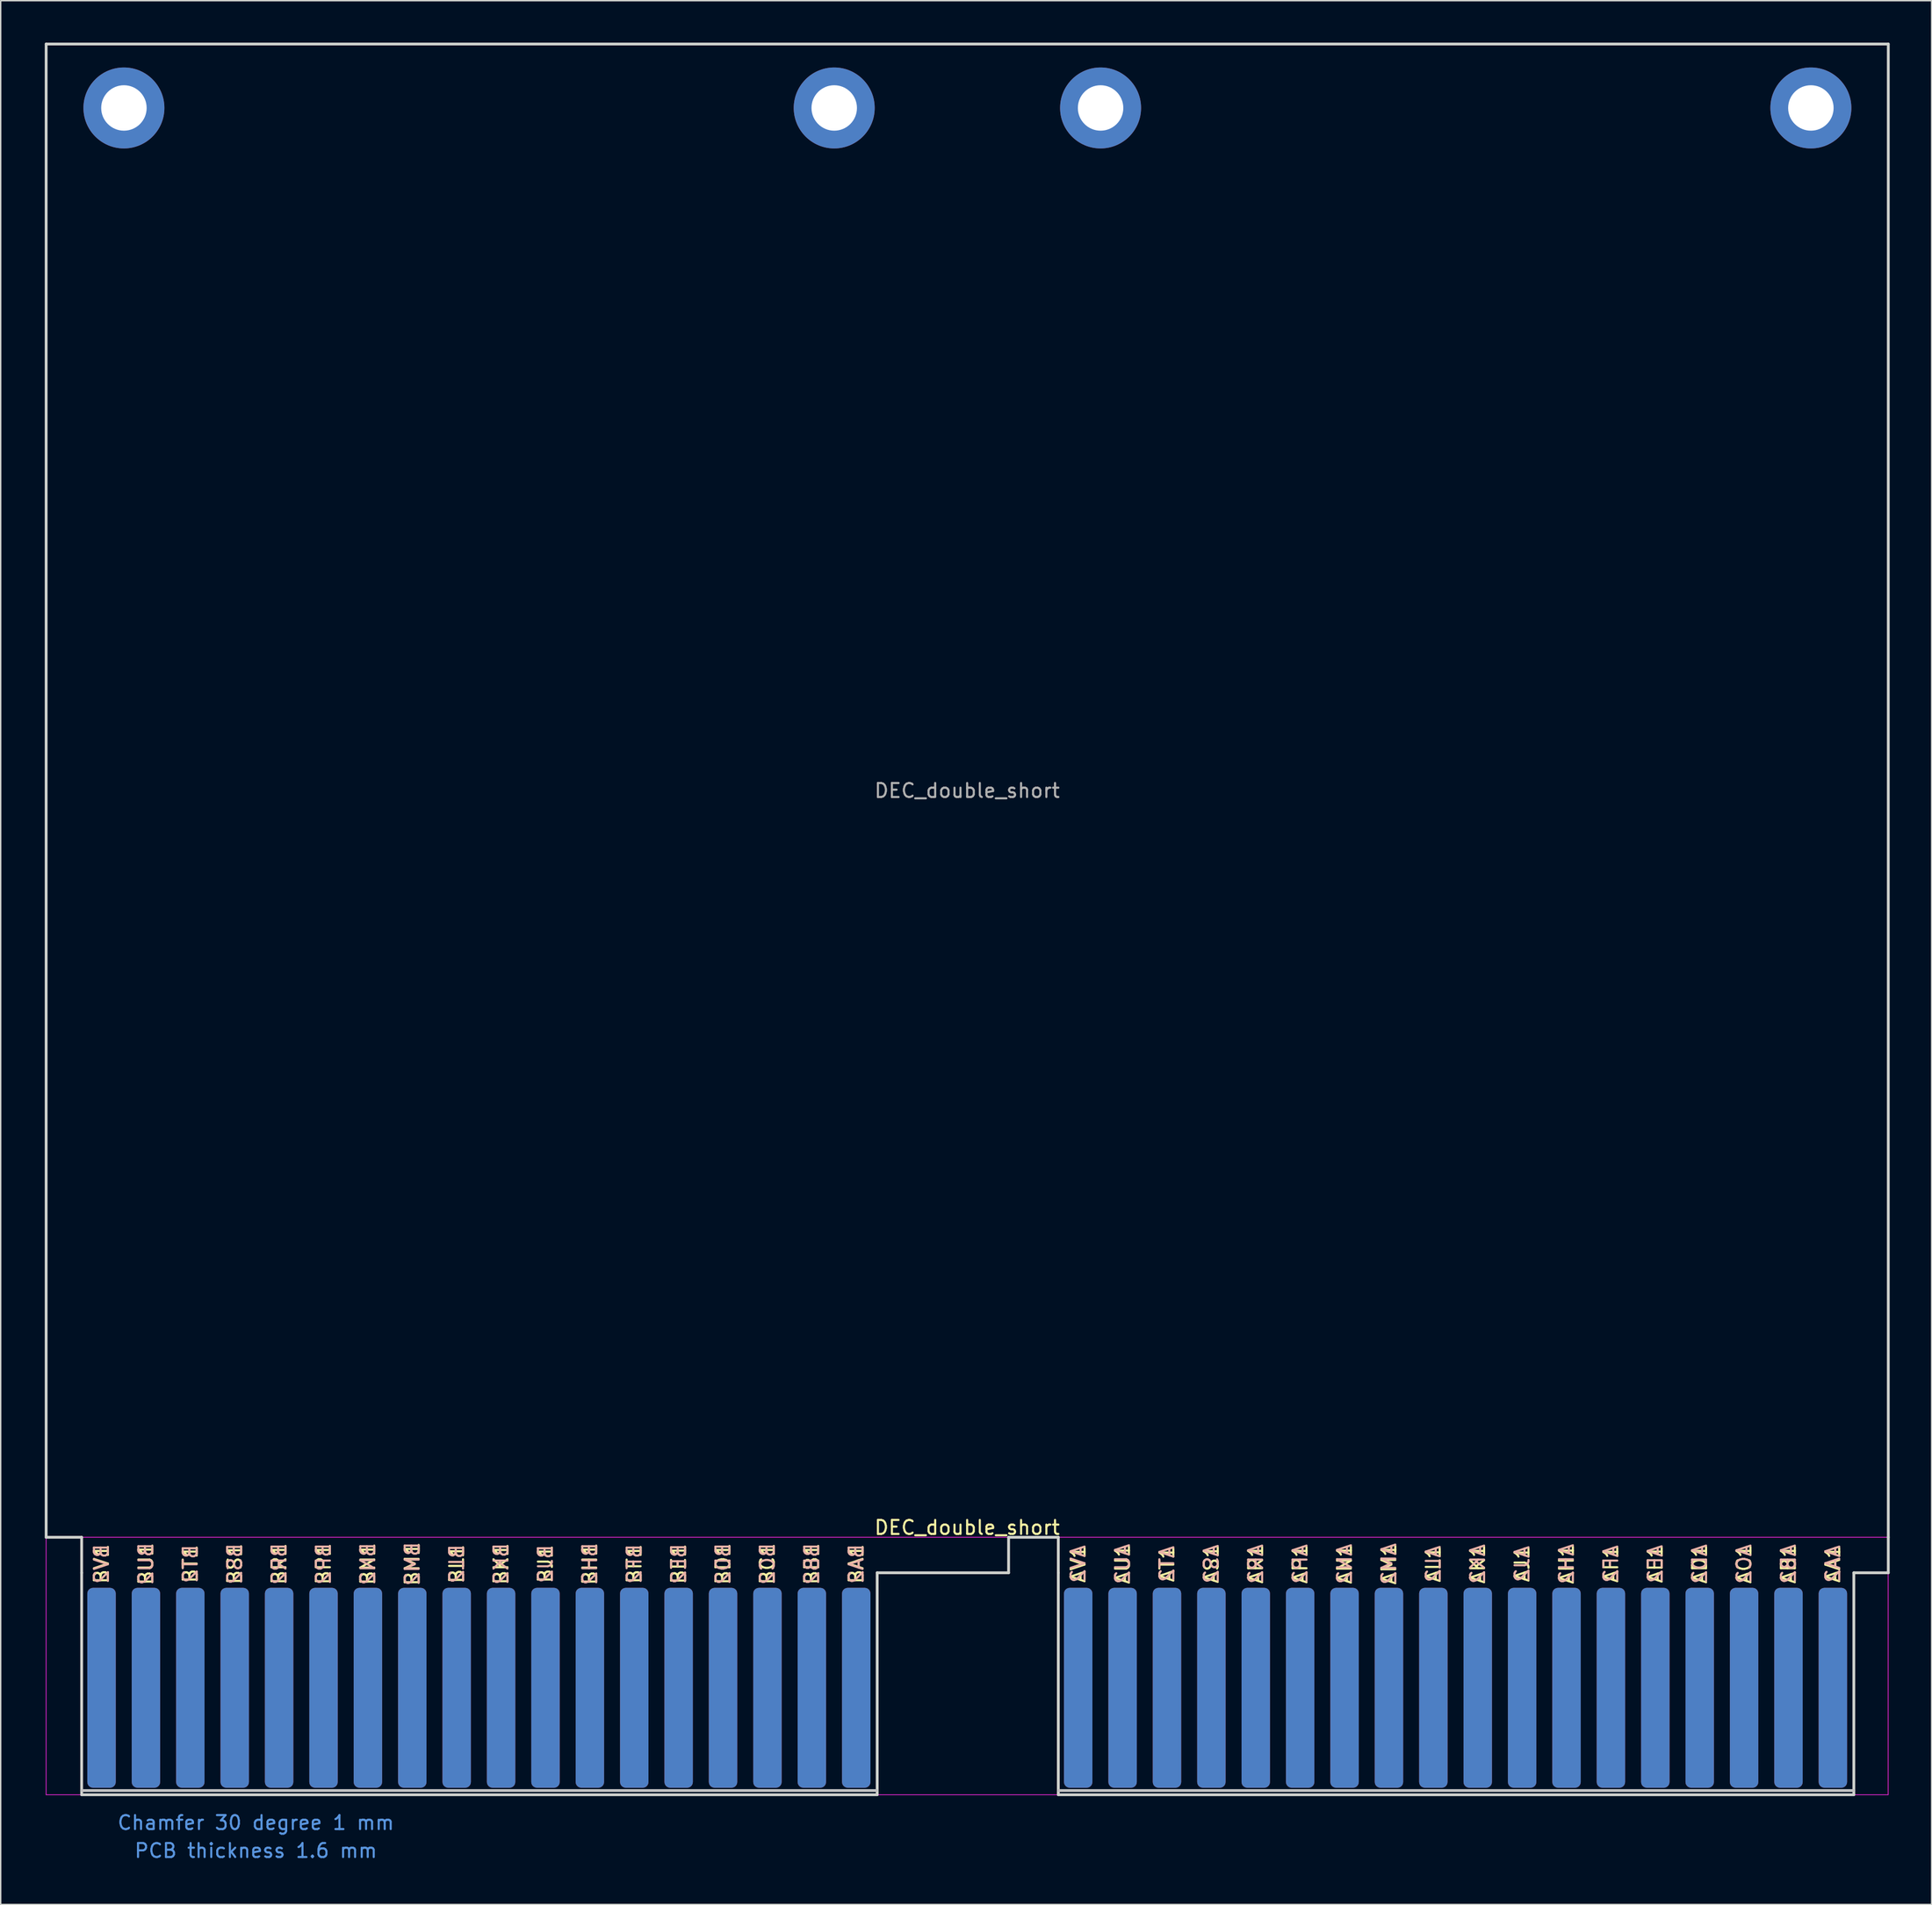
<source format=kicad_pcb>
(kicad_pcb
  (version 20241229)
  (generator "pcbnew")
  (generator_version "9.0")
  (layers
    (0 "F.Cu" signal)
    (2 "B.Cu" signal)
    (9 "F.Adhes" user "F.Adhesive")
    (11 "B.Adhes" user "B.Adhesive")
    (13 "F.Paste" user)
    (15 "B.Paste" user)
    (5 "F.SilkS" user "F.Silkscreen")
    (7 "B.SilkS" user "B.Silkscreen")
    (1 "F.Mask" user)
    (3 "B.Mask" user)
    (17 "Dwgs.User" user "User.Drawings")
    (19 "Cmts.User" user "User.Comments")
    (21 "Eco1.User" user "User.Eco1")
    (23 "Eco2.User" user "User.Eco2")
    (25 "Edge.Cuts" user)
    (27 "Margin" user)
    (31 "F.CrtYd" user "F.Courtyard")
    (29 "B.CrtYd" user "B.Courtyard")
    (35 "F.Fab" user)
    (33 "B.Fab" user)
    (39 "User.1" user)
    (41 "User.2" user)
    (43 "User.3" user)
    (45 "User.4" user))
  (footprint "DEC_double_short"
    (layer "F.Cu")
    (at 0.25 125.322)
    (property "Reference" "DEC_double_short" (at 65.87 -19.11 0) (layer "F.SilkS") (effects (font (size 1 1) (thickness 0.15))))
    (attr exclude_from_pos_files exclude_from_bom)
    (fp_line (start 2.54 -0.3) (end 59.436 -0.3) (stroke (width 0.2) (type solid)) (layer "Dwgs.User"))
    (fp_line (start 72.39 -0.3) (end 129.286 -0.3) (stroke (width 0.2) (type solid)) (layer "Dwgs.User"))
    (fp_line (start 0 -125.222) (end 131.75 -125.222) (stroke (width 0.2) (type solid)) (layer "Edge.Cuts"))
    (fp_line (start 0 -18.415) (end 0 -125.222) (stroke (width 0.2) (type solid)) (layer "Edge.Cuts"))
    (fp_line (start 0 -18.415) (end 2.54 -18.415) (stroke (width 0.2) (type solid)) (layer "Edge.Cuts"))
    (fp_line (start 2.54 -18.415) (end 2.54 -15.875) (stroke (width 0.2) (type solid)) (layer "Edge.Cuts"))
    (fp_line (start 2.54 -15.875) (end 2.54 0) (stroke (width 0.2) (type solid)) (layer "Edge.Cuts"))
    (fp_line (start 2.54 0) (end 59.436 0) (stroke (width 0.2) (type solid)) (layer "Edge.Cuts"))
    (fp_line (start 59.436 -15.875) (end 68.834 -15.875) (stroke (width 0.2) (type solid)) (layer "Edge.Cuts"))
    (fp_line (start 59.436 0) (end 59.436 -15.875) (stroke (width 0.2) (type solid)) (layer "Edge.Cuts"))
    (fp_line (start 68.834 -18.415) (end 72.39 -18.415) (stroke (width 0.2) (type solid)) (layer "Edge.Cuts"))
    (fp_line (start 68.834 -15.875) (end 68.834 -18.415) (stroke (width 0.2) (type solid)) (layer "Edge.Cuts"))
    (fp_line (start 72.39 -18.415) (end 72.39 -15.875) (stroke (width 0.2) (type solid)) (layer "Edge.Cuts"))
    (fp_line (start 72.39 -15.875) (end 72.39 0) (stroke (width 0.2) (type solid)) (layer "Edge.Cuts"))
    (fp_line (start 72.39 0) (end 129.286 0) (stroke (width 0.2) (type solid)) (layer "Edge.Cuts"))
    (fp_line (start 129.286 -15.875) (end 131.75 -15.875) (stroke (width 0.2) (type solid)) (layer "Edge.Cuts"))
    (fp_line (start 129.286 0) (end 129.286 -15.875) (stroke (width 0.2) (type solid)) (layer "Edge.Cuts"))
    (fp_line (start 131.75 -125.222) (end 131.75 -18.415) (stroke (width 0.2) (type solid)) (layer "Edge.Cuts"))
    (fp_line (start 131.75 -15.875) (end 131.75 -18.415) (stroke (width 0.2) (type solid)) (layer "Edge.Cuts"))
    (fp_line (start 0 -18.42) (end 131.74 -18.42) (stroke (width 0.05) (type solid)) (layer "F.CrtYd"))
    (fp_line (start 0 0) (end 0 -18.42) (stroke (width 0.05) (type solid)) (layer "F.CrtYd"))
    (fp_line (start 131.74 -18.42) (end 131.74 0) (stroke (width 0.05) (type solid)) (layer "F.CrtYd"))
    (fp_line (start 131.74 0) (end 0 0) (stroke (width 0.05) (type solid)) (layer "F.CrtYd"))
    (fp_text user "AE1" (at 115.087 -16.51 90) (layer "F.SilkS") (effects (font (size 1 1) (thickness 0.15))))
    (fp_text user "AD1" (at 118.262 -16.51 90) (layer "F.SilkS") (effects (font (size 1 1) (thickness 0.15))))
    (fp_text user "BT1" (at 10.312 -16.51 90) (layer "F.SilkS") (effects (font (size 1 1) (thickness 0.15))))
    (fp_text user "AK1" (at 102.387 -16.51 90) (layer "F.SilkS") (effects (font (size 1 1) (thickness 0.15))))
    (fp_text user "BS1" (at 13.487 -16.51 90) (layer "F.SilkS") (effects (font (size 1 1) (thickness 0.15))))
    (fp_text user "AJ1" (at 105.562 -16.51 90) (layer "F.SilkS") (effects (font (size 1 1) (thickness 0.15))))
    (fp_text user "BV1" (at 3.962 -16.51 90) (layer "F.SilkS") (effects (font (size 1 1) (thickness 0.15))))
    (fp_text user "AU1" (at 76.987 -16.51 90) (layer "F.SilkS") (effects (font (size 1 1) (thickness 0.15))))
    (fp_text user "AP1" (at 89.687 -16.51 90) (layer "F.SilkS") (effects (font (size 1 1) (thickness 0.15))))
    (fp_text user "AC1" (at 121.437 -16.51 90) (layer "F.SilkS") (effects (font (size 1 1) (thickness 0.15))))
    (fp_text user "AM1" (at 96.037 -16.51 90) (layer "F.SilkS") (effects (font (size 1 1) (thickness 0.15))))
    (fp_text user "BC1" (at 51.587 -16.51 90) (layer "F.SilkS") (effects (font (size 1 1) (thickness 0.15))))
    (fp_text user "BJ1" (at 35.712 -16.51 90) (layer "F.SilkS") (effects (font (size 1 1) (thickness 0.15))))
    (fp_text user "AL1" (at 99.212 -16.51 90) (layer "F.SilkS") (effects (font (size 1 1) (thickness 0.15))))
    (fp_text user "BF1" (at 42.062 -16.51 90) (layer "F.SilkS") (effects (font (size 1 1) (thickness 0.15))))
    (fp_text user "BP1" (at 19.837 -16.51 90) (layer "F.SilkS") (effects (font (size 1 1) (thickness 0.15))))
    (fp_text user "AA1" (at 127.787 -16.51 90) (layer "F.SilkS") (effects (font (size 1 1) (thickness 0.15))))
    (fp_text user "BK1" (at 32.537 -16.51 90) (layer "F.SilkS") (effects (font (size 1 1) (thickness 0.15))))
    (fp_text user "BD1" (at 48.412 -16.51 90) (layer "F.SilkS") (effects (font (size 1 1) (thickness 0.15))))
    (fp_text user "BH1" (at 38.887 -16.51 90) (layer "F.SilkS") (effects (font (size 1 1) (thickness 0.15))))
    (fp_text user "BM1" (at 26.187 -16.51 90) (layer "F.SilkS") (effects (font (size 1 1) (thickness 0.15))))
    (fp_text user "AB1" (at 124.612 -16.51 90) (layer "F.SilkS") (effects (font (size 1 1) (thickness 0.15))))
    (fp_text user "BA1" (at 57.937 -16.51 90) (layer "F.SilkS") (effects (font (size 1 1) (thickness 0.15))))
    (fp_text user "AR1" (at 86.512 -16.51 90) (layer "F.SilkS") (effects (font (size 1 1) (thickness 0.15))))
    (fp_text user "AH1" (at 108.737 -16.51 90) (layer "F.SilkS") (effects (font (size 1 1) (thickness 0.15))))
    (fp_text user "BR1" (at 16.662 -16.51 90) (layer "F.SilkS") (effects (font (size 1 1) (thickness 0.15))))
    (fp_text user "BB1" (at 54.762 -16.51 90) (layer "F.SilkS") (effects (font (size 1 1) (thickness 0.15))))
    (fp_text user "AF1" (at 111.912 -16.51 90) (layer "F.SilkS") (effects (font (size 1 1) (thickness 0.15))))
    (fp_text user "AV1" (at 73.812 -16.51 90) (layer "F.SilkS") (effects (font (size 1 1) (thickness 0.15))))
    (fp_text user "AT1" (at 80.162 -16.51 90) (layer "F.SilkS") (effects (font (size 1 1) (thickness 0.15))))
    (fp_text user "BU1" (at 7.137 -16.51 90) (layer "F.SilkS") (effects (font (size 1 1) (thickness 0.15))))
    (fp_text user "AN1" (at 92.862 -16.51 90) (layer "F.SilkS") (effects (font (size 1 1) (thickness 0.15))))
    (fp_text user "BN1" (at 23.012 -16.51 90) (layer "F.SilkS") (effects (font (size 1 1) (thickness 0.15))))
    (fp_text user "BL1" (at 29.362 -16.51 90) (layer "F.SilkS") (effects (font (size 1 1) (thickness 0.15))))
    (fp_text user "AS1" (at 83.337 -16.51 90) (layer "F.SilkS") (effects (font (size 1 1) (thickness 0.15))))
    (fp_text user "BE1" (at 45.237 -16.51 90) (layer "F.SilkS") (effects (font (size 1 1) (thickness 0.15))))
    (fp_text user "AA2" (at 127.787 -16.51 90) (layer "B.SilkS") (effects (font (size 1 1) (thickness 0.15)) (justify mirror)))
    (fp_text user "AB2" (at 124.612 -16.51 90) (layer "B.SilkS") (effects (font (size 1 1) (thickness 0.15)) (justify mirror)))
    (fp_text user "BM2" (at 26.187 -16.51 90) (layer "B.SilkS") (effects (font (size 1 1) (thickness 0.15)) (justify mirror)))
    (fp_text user "BT2" (at 10.312 -16.51 90) (layer "B.SilkS") (effects (font (size 1 1) (thickness 0.15)) (justify mirror)))
    (fp_text user "AK2" (at 102.387 -16.51 90) (layer "B.SilkS") (effects (font (size 1 1) (thickness 0.15)) (justify mirror)))
    (fp_text user "AF2" (at 111.912 -16.51 90) (layer "B.SilkS") (effects (font (size 1 1) (thickness 0.15)) (justify mirror)))
    (fp_text user "BL2" (at 29.362 -16.51 90) (layer "B.SilkS") (effects (font (size 1 1) (thickness 0.15)) (justify mirror)))
    (fp_text user "BJ2" (at 35.712 -16.51 90) (layer "B.SilkS") (effects (font (size 1 1) (thickness 0.15)) (justify mirror)))
    (fp_text user "BN2" (at 23.012 -16.51 90) (layer "B.SilkS") (effects (font (size 1 1) (thickness 0.15)) (justify mirror)))
    (fp_text user "AE2" (at 115.087 -16.51 90) (layer "B.SilkS") (effects (font (size 1 1) (thickness 0.15)) (justify mirror)))
    (fp_text user "BU2" (at 7.137 -16.51 90) (layer "B.SilkS") (effects (font (size 1 1) (thickness 0.15)) (justify mirror)))
    (fp_text user "BK2" (at 32.537 -16.51 90) (layer "B.SilkS") (effects (font (size 1 1) (thickness 0.15)) (justify mirror)))
    (fp_text user "AR2" (at 86.512 -16.51 90) (layer "B.SilkS") (effects (font (size 1 1) (thickness 0.15)) (justify mirror)))
    (fp_text user "AU2" (at 76.987 -16.51 90) (layer "B.SilkS") (effects (font (size 1 1) (thickness 0.15)) (justify mirror)))
    (fp_text user "BE2" (at 45.237 -16.51 90) (layer "B.SilkS") (effects (font (size 1 1) (thickness 0.15)) (justify mirror)))
    (fp_text user "BV2" (at 3.962 -16.51 90) (layer "B.SilkS") (effects (font (size 1 1) (thickness 0.15)) (justify mirror)))
    (fp_text user "AS2" (at 83.337 -16.51 90) (layer "B.SilkS") (effects (font (size 1 1) (thickness 0.15)) (justify mirror)))
    (fp_text user "AV2" (at 73.812 -16.51 90) (layer "B.SilkS") (effects (font (size 1 1) (thickness 0.15)) (justify mirror)))
    (fp_text user "AN2" (at 92.862 -16.51 90) (layer "B.SilkS") (effects (font (size 1 1) (thickness 0.15)) (justify mirror)))
    (fp_text user "AD2" (at 118.262 -16.51 90) (layer "B.SilkS") (effects (font (size 1 1) (thickness 0.15)) (justify mirror)))
    (fp_text user "AL2" (at 99.212 -16.51 90) (layer "B.SilkS") (effects (font (size 1 1) (thickness 0.15)) (justify mirror)))
    (fp_text user "BD2" (at 48.412 -16.51 90) (layer "B.SilkS") (effects (font (size 1 1) (thickness 0.15)) (justify mirror)))
    (fp_text user "BB2" (at 54.762 -16.51 90) (layer "B.SilkS") (effects (font (size 1 1) (thickness 0.15)) (justify mirror)))
    (fp_text user "AH2" (at 108.737 -16.51 90) (layer "B.SilkS") (effects (font (size 1 1) (thickness 0.15)) (justify mirror)))
    (fp_text user "BP2" (at 19.837 -16.51 90) (layer "B.SilkS") (effects (font (size 1 1) (thickness 0.15)) (justify mirror)))
    (fp_text user "BF2" (at 42.062 -16.51 90) (layer "B.SilkS") (effects (font (size 1 1) (thickness 0.15)) (justify mirror)))
    (fp_text user "BA2" (at 57.937 -16.51 90) (layer "B.SilkS") (effects (font (size 1 1) (thickness 0.15)) (justify mirror)))
    (fp_text user "BH2" (at 38.887 -16.51 90) (layer "B.SilkS") (effects (font (size 1 1) (thickness 0.15)) (justify mirror)))
    (fp_text user "AC2" (at 121.437 -16.51 90) (layer "B.SilkS") (effects (font (size 1 1) (thickness 0.15)) (justify mirror)))
    (fp_text user "BS2" (at 13.487 -16.51 90) (layer "B.SilkS") (effects (font (size 1 1) (thickness 0.15)) (justify mirror)))
    (fp_text user "AT2" (at 80.162 -16.51 90) (layer "B.SilkS") (effects (font (size 1 1) (thickness 0.15)) (justify mirror)))
    (fp_text user "AM2" (at 96.037 -16.51 90) (layer "B.SilkS") (effects (font (size 1 1) (thickness 0.15)) (justify mirror)))
    (fp_text user "BC2" (at 51.587 -16.51 90) (layer "B.SilkS") (effects (font (size 1 1) (thickness 0.15)) (justify mirror)))
    (fp_text user "AJ2" (at 105.562 -16.51 90) (layer "B.SilkS") (effects (font (size 1 1) (thickness 0.15)) (justify mirror)))
    (fp_text user "AP2" (at 89.687 -16.51 90) (layer "B.SilkS") (effects (font (size 1 1) (thickness 0.15)) (justify mirror)))
    (fp_text user "BR2" (at 16.662 -16.51 90) (layer "B.SilkS") (effects (font (size 1 1) (thickness 0.15)) (justify mirror)))
    (fp_text user "PCB thickness 1.6 mm" (at 15 4 0) (layer "Cmts.User") (effects (font (size 1 1) (thickness 0.15))))
    (fp_text user "Chamfer 30 degree 1 mm" (at 15 2 0) (layer "Cmts.User") (effects (font (size 1 1) (thickness 0.15))))
    (fp_text user "${REFERENCE}" (at 65.87 -71.82 0) (layer "F.Fab") (effects (font (size 1 1) (thickness 0.15))))
    (pad "AA1" connect roundrect (at 127.787 -7.65) (size 2.032 14.3) (layers "F.Cu" "F.Mask") (roundrect_rratio 0.2))
    (pad "AA2" connect roundrect (at 127.787 -7.65) (size 2.032 14.3) (layers "B.Cu" "B.Mask") (roundrect_rratio 0.2))
    (pad "AB1" connect roundrect (at 124.612 -7.65) (size 2.032 14.3) (layers "F.Cu" "F.Mask") (roundrect_rratio 0.2))
    (pad "AB2" connect roundrect (at 124.612 -7.65) (size 2.032 14.3) (layers "B.Cu" "B.Mask") (roundrect_rratio 0.2))
    (pad "AC1" connect roundrect (at 121.437 -7.65) (size 2.032 14.3) (layers "F.Cu" "F.Mask") (roundrect_rratio 0.2))
    (pad "AC2" connect roundrect (at 121.437 -7.65) (size 2.032 14.3) (layers "B.Cu" "B.Mask") (roundrect_rratio 0.2))
    (pad "AD1" connect roundrect (at 118.262 -7.65) (size 2.032 14.3) (layers "F.Cu" "F.Mask") (roundrect_rratio 0.2))
    (pad "AD2" connect roundrect (at 118.262 -7.65) (size 2.032 14.3) (layers "B.Cu" "B.Mask") (roundrect_rratio 0.2))
    (pad "AE1" connect roundrect (at 115.087 -7.65) (size 2.032 14.3) (layers "F.Cu" "F.Mask") (roundrect_rratio 0.2))
    (pad "AE2" connect roundrect (at 115.087 -7.65) (size 2.032 14.3) (layers "B.Cu" "B.Mask") (roundrect_rratio 0.2))
    (pad "AF1" connect roundrect (at 111.912 -7.65) (size 2.032 14.3) (layers "F.Cu" "F.Mask") (roundrect_rratio 0.2))
    (pad "AF2" connect roundrect (at 111.912 -7.65) (size 2.032 14.3) (layers "B.Cu" "B.Mask") (roundrect_rratio 0.2))
    (pad "AH1" connect roundrect (at 108.737 -7.65) (size 2.032 14.3) (layers "F.Cu" "F.Mask") (roundrect_rratio 0.2))
    (pad "AH2" connect roundrect (at 108.737 -7.65) (size 2.032 14.3) (layers "B.Cu" "B.Mask") (roundrect_rratio 0.2))
    (pad "AJ1" connect roundrect (at 105.562 -7.65) (size 2.032 14.3) (layers "F.Cu" "F.Mask") (roundrect_rratio 0.2))
    (pad "AJ2" connect roundrect (at 105.562 -7.65) (size 2.032 14.3) (layers "B.Cu" "B.Mask") (roundrect_rratio 0.2))
    (pad "AK1" connect roundrect (at 102.387 -7.65) (size 2.032 14.3) (layers "F.Cu" "F.Mask") (roundrect_rratio 0.2))
    (pad "AK2" connect roundrect (at 102.387 -7.65) (size 2.032 14.3) (layers "B.Cu" "B.Mask") (roundrect_rratio 0.2))
    (pad "AL1" connect roundrect (at 99.212 -7.65) (size 2.032 14.3) (layers "F.Cu" "F.Mask") (roundrect_rratio 0.2))
    (pad "AL2" connect roundrect (at 99.212 -7.65) (size 2.032 14.3) (layers "B.Cu" "B.Mask") (roundrect_rratio 0.2))
    (pad "AM1" connect roundrect (at 96.037 -7.65) (size 2.032 14.3) (layers "F.Cu" "F.Mask") (roundrect_rratio 0.2))
    (pad "AM2" connect roundrect (at 96.037 -7.65) (size 2.032 14.3) (layers "B.Cu" "B.Mask") (roundrect_rratio 0.2))
    (pad "AN1" connect roundrect (at 92.862 -7.65) (size 2.032 14.3) (layers "F.Cu" "F.Mask") (roundrect_rratio 0.2))
    (pad "AN2" connect roundrect (at 92.862 -7.65) (size 2.032 14.3) (layers "B.Cu" "B.Mask") (roundrect_rratio 0.2))
    (pad "AP1" connect roundrect (at 89.687 -7.65) (size 2.032 14.3) (layers "F.Cu" "F.Mask") (roundrect_rratio 0.2))
    (pad "AP2" connect roundrect (at 89.687 -7.65) (size 2.032 14.3) (layers "B.Cu" "B.Mask") (roundrect_rratio 0.2))
    (pad "AR1" connect roundrect (at 86.512 -7.65) (size 2.032 14.3) (layers "F.Cu" "F.Mask") (roundrect_rratio 0.2))
    (pad "AR2" connect roundrect (at 86.512 -7.65) (size 2.032 14.3) (layers "B.Cu" "B.Mask") (roundrect_rratio 0.2))
    (pad "AS1" connect roundrect (at 83.337 -7.65) (size 2.032 14.3) (layers "F.Cu" "F.Mask") (roundrect_rratio 0.2))
    (pad "AS2" connect roundrect (at 83.337 -7.65) (size 2.032 14.3) (layers "B.Cu" "B.Mask") (roundrect_rratio 0.2))
    (pad "AT1" connect roundrect (at 80.162 -7.65) (size 2.032 14.3) (layers "F.Cu" "F.Mask") (roundrect_rratio 0.2))
    (pad "AT2" connect roundrect (at 80.162 -7.65) (size 2.032 14.3) (layers "B.Cu" "B.Mask") (roundrect_rratio 0.2))
    (pad "AU1" connect roundrect (at 76.987 -7.65) (size 2.032 14.3) (layers "F.Cu" "F.Mask") (roundrect_rratio 0.2))
    (pad "AU2" connect roundrect (at 76.987 -7.65) (size 2.032 14.3) (layers "B.Cu" "B.Mask") (roundrect_rratio 0.2))
    (pad "AV1" connect roundrect (at 73.812 -7.65) (size 2.032 14.3) (layers "F.Cu" "F.Mask") (roundrect_rratio 0.2))
    (pad "AV2" connect roundrect (at 73.812 -7.65) (size 2.032 14.3) (layers "B.Cu" "B.Mask") (roundrect_rratio 0.2))
    (pad "BA1" connect roundrect (at 57.937 -7.65) (size 2.032 14.3) (layers "F.Cu" "F.Mask") (roundrect_rratio 0.2))
    (pad "BA2" connect roundrect (at 57.937 -7.65) (size 2.032 14.3) (layers "B.Cu" "B.Mask") (roundrect_rratio 0.2))
    (pad "BB1" connect roundrect (at 54.762 -7.65) (size 2.032 14.3) (layers "F.Cu" "F.Mask") (roundrect_rratio 0.2))
    (pad "BB2" connect roundrect (at 54.762 -7.65) (size 2.032 14.3) (layers "B.Cu" "B.Mask") (roundrect_rratio 0.2))
    (pad "BC1" connect roundrect (at 51.587 -7.65) (size 2.032 14.3) (layers "F.Cu" "F.Mask") (roundrect_rratio 0.2))
    (pad "BC2" connect roundrect (at 51.587 -7.65) (size 2.032 14.3) (layers "B.Cu" "B.Mask") (roundrect_rratio 0.2))
    (pad "BD1" connect roundrect (at 48.412 -7.65) (size 2.032 14.3) (layers "F.Cu" "F.Mask") (roundrect_rratio 0.2))
    (pad "BD2" connect roundrect (at 48.412 -7.65) (size 2.032 14.3) (layers "B.Cu" "B.Mask") (roundrect_rratio 0.2))
    (pad "BE1" connect roundrect (at 45.237 -7.65) (size 2.032 14.3) (layers "F.Cu" "F.Mask") (roundrect_rratio 0.2))
    (pad "BE2" connect roundrect (at 45.237 -7.65) (size 2.032 14.3) (layers "B.Cu" "B.Mask") (roundrect_rratio 0.2))
    (pad "BF1" connect roundrect (at 42.062 -7.65) (size 2.032 14.3) (layers "F.Cu" "F.Mask") (roundrect_rratio 0.2))
    (pad "BF2" connect roundrect (at 42.062 -7.65) (size 2.032 14.3) (layers "B.Cu" "B.Mask") (roundrect_rratio 0.2))
    (pad "BH1" connect roundrect (at 38.887 -7.65) (size 2.032 14.3) (layers "F.Cu" "F.Mask") (roundrect_rratio 0.2))
    (pad "BH2" connect roundrect (at 38.887 -7.65) (size 2.032 14.3) (layers "B.Cu" "B.Mask") (roundrect_rratio 0.2))
    (pad "BJ1" connect roundrect (at 35.712 -7.65) (size 2.032 14.3) (layers "F.Cu" "F.Mask") (roundrect_rratio 0.2))
    (pad "BJ2" connect roundrect (at 35.712 -7.65) (size 2.032 14.3) (layers "B.Cu" "B.Mask") (roundrect_rratio 0.2))
    (pad "BK1" connect roundrect (at 32.537 -7.65) (size 2.032 14.3) (layers "F.Cu" "F.Mask") (roundrect_rratio 0.2))
    (pad "BK2" connect roundrect (at 32.537 -7.65) (size 2.032 14.3) (layers "B.Cu" "B.Mask") (roundrect_rratio 0.2))
    (pad "BL1" connect roundrect (at 29.362 -7.65) (size 2.032 14.3) (layers "F.Cu" "F.Mask") (roundrect_rratio 0.2))
    (pad "BL2" connect roundrect (at 29.362 -7.65) (size 2.032 14.3) (layers "B.Cu" "B.Mask") (roundrect_rratio 0.2))
    (pad "BM1" connect roundrect (at 26.187 -7.65) (size 2.032 14.3) (layers "F.Cu" "F.Mask") (roundrect_rratio 0.2))
    (pad "BM2" connect roundrect (at 26.187 -7.65) (size 2.032 14.3) (layers "B.Cu" "B.Mask") (roundrect_rratio 0.2))
    (pad "BN1" connect roundrect (at 23.012 -7.65) (size 2.032 14.3) (layers "F.Cu" "F.Mask") (roundrect_rratio 0.2))
    (pad "BN2" connect roundrect (at 23.012 -7.65) (size 2.032 14.3) (layers "B.Cu" "B.Mask") (roundrect_rratio 0.2))
    (pad "BP1" connect roundrect (at 19.837 -7.65) (size 2.032 14.3) (layers "F.Cu" "F.Mask") (roundrect_rratio 0.2))
    (pad "BP2" connect roundrect (at 19.837 -7.65) (size 2.032 14.3) (layers "B.Cu" "B.Mask") (roundrect_rratio 0.2))
    (pad "BR1" connect roundrect (at 16.662 -7.65) (size 2.032 14.3) (layers "F.Cu" "F.Mask") (roundrect_rratio 0.2))
    (pad "BR2" connect roundrect (at 16.662 -7.65) (size 2.032 14.3) (layers "B.Cu" "B.Mask") (roundrect_rratio 0.2))
    (pad "BS1" connect roundrect (at 13.487 -7.65) (size 2.032 14.3) (layers "F.Cu" "F.Mask") (roundrect_rratio 0.2))
    (pad "BS2" connect roundrect (at 13.487 -7.65) (size 2.032 14.3) (layers "B.Cu" "B.Mask") (roundrect_rratio 0.2))
    (pad "BT1" connect roundrect (at 10.312 -7.65) (size 2.032 14.3) (layers "F.Cu" "F.Mask") (roundrect_rratio 0.2))
    (pad "BT2" connect roundrect (at 10.312 -7.65) (size 2.032 14.3) (layers "B.Cu" "B.Mask") (roundrect_rratio 0.2))
    (pad "BU1" connect roundrect (at 7.137 -7.65) (size 2.032 14.3) (layers "F.Cu" "F.Mask") (roundrect_rratio 0.2))
    (pad "BU2" connect roundrect (at 7.137 -7.65) (size 2.032 14.3) (layers "B.Cu" "B.Mask") (roundrect_rratio 0.2))
    (pad "BV1" connect roundrect (at 3.962 -7.65) (size 2.032 14.3) (layers "F.Cu" "F.Mask") (roundrect_rratio 0.2))
    (pad "BV2" connect roundrect (at 3.962 -7.65) (size 2.032 14.3) (layers "B.Cu" "B.Mask") (roundrect_rratio 0.2))
    (pad "H" thru_hole circle (at 5.563 -120.65) (size 5.791 5.791) (drill 3.251) (layers "*.Cu" "*.Mask"))
    (pad "H" thru_hole circle (at 56.363 -120.65) (size 5.791 5.791) (drill 3.251) (layers "*.Cu" "*.Mask"))
    (pad "H" thru_hole circle (at 75.413 -120.65) (size 5.791 5.791) (drill 3.251) (layers "*.Cu" "*.Mask"))
    (pad "H" thru_hole circle (at 126.213 -120.65) (size 5.791 5.791) (drill 3.251) (layers "*.Cu" "*.Mask")))
  (gr_rect
    (start -3 -3)
    (end 135.1 133.17)
    (stroke (width 0.1) (type default))
    (fill no)
    (layer "Edge.Cuts")))
</source>
